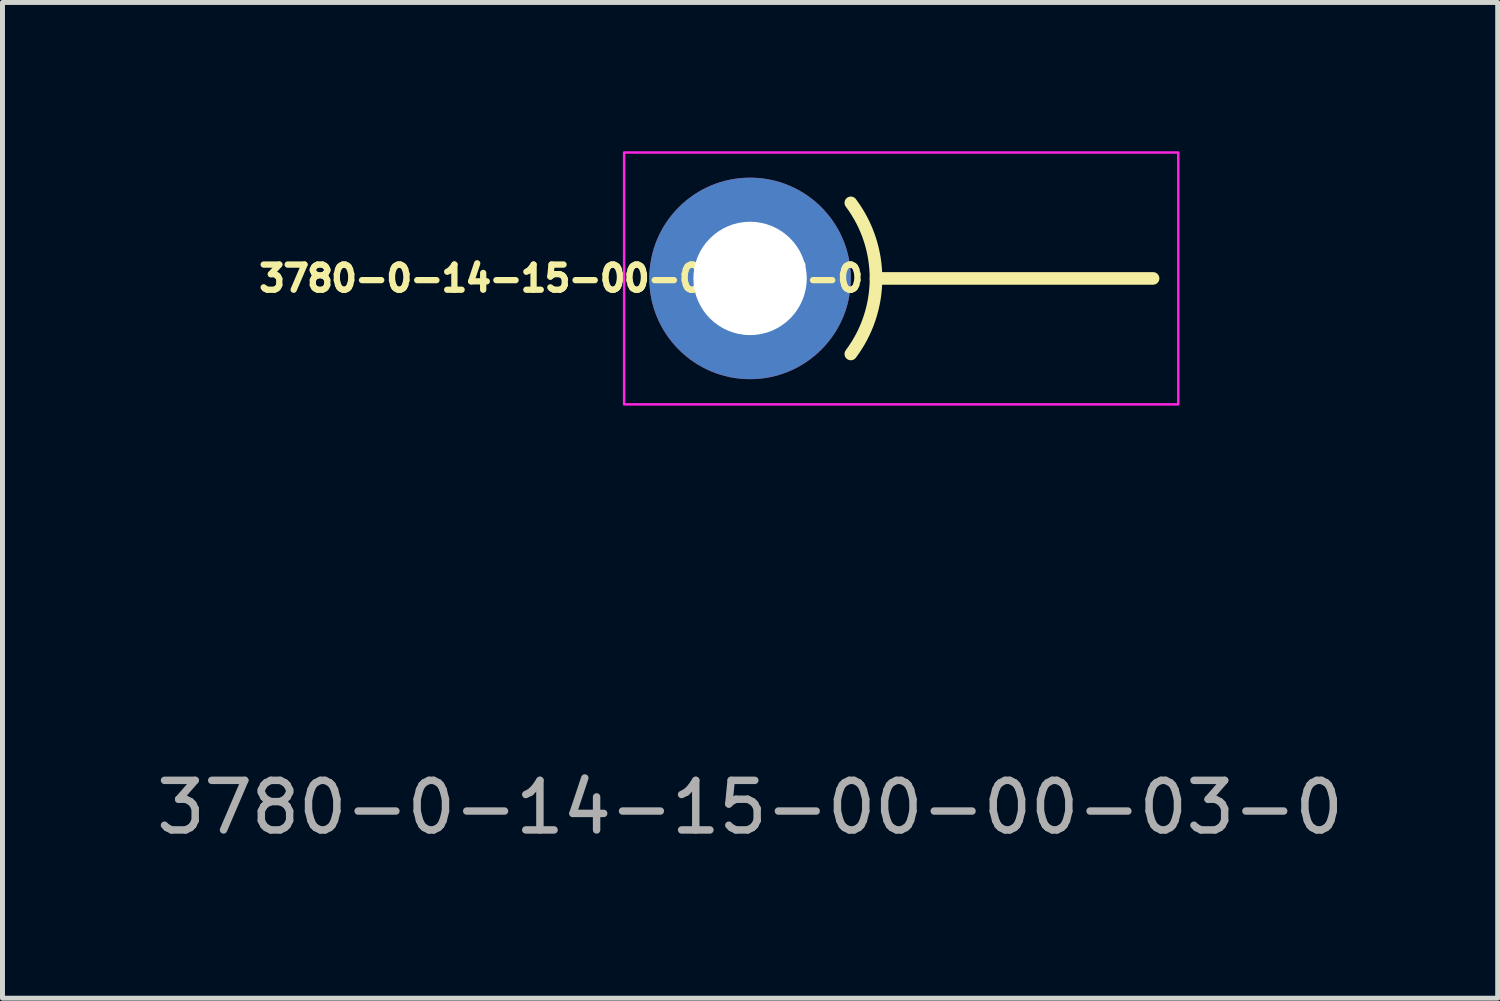
<source format=kicad_pcb>
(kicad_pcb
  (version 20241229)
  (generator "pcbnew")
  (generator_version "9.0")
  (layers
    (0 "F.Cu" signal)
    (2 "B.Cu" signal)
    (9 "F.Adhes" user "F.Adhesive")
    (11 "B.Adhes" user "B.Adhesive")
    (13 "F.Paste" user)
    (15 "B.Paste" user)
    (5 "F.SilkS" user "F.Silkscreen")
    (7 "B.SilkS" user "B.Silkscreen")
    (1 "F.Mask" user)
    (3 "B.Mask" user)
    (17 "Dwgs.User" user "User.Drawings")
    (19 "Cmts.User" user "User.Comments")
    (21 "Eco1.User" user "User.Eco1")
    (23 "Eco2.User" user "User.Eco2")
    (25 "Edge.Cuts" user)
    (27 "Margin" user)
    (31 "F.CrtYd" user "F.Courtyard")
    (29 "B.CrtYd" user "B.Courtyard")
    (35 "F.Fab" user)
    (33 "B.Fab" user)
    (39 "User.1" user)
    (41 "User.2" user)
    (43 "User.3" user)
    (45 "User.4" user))
  (footprint "3780-0-14-15-00-00-03-0"
    (layer "F.Cu")
    (at 12.077 2.565)
    (property "Reference" "3780-0-14-15-00-00-03-0" (at -3.81 0 0) (unlocked yes) (layer "F.SilkS") (effects (font (size 0.508 0.508) (thickness 0.127))))
    (attr through_hole)
    (fp_line (start 2.54 0) (end 8.128 0) (stroke (width 0.254) (type default)) (layer "F.SilkS"))
    (fp_arc (start 2.032 -1.524) (mid 2.54 0) (end 2.032 1.524) (stroke (width 0.254) (type default)) (layer "F.SilkS"))
    (fp_rect (start -2.54 -2.54) (end 8.636 2.54) (stroke (width 0.05) (type default)) (fill no) (layer "F.CrtYd"))
    (fp_text user "${REFERENCE}" (at 0 10.668 0) (unlocked yes) (layer "F.Fab") (effects (font (size 1 1) (thickness 0.15))))
    (pad "1" thru_hole circle (at 0 0) (size 4.064 4.064) (drill 2.286) (layers "*.Cu" "*.Mask")))
  (gr_rect
    (start -3 -3)
    (end 27.155 17.081)
    (stroke (width 0.1) (type default))
    (fill no)
    (layer "Edge.Cuts")))
</source>
